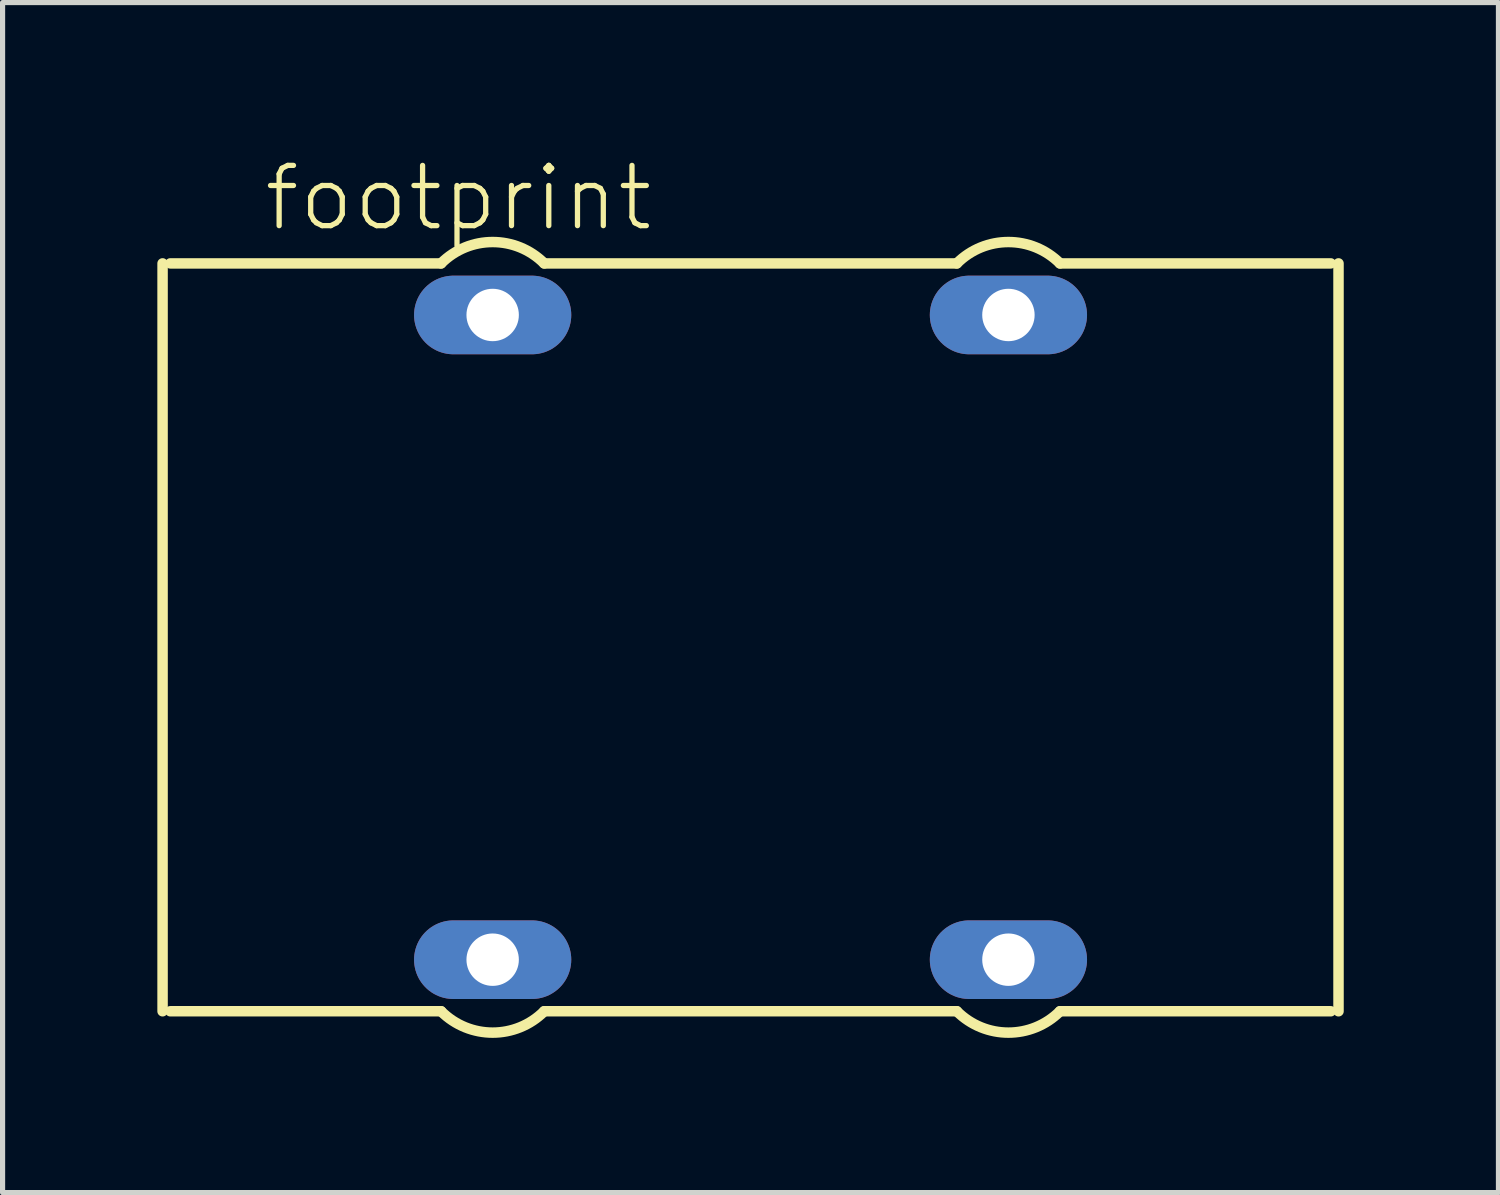
<source format=kicad_pcb>
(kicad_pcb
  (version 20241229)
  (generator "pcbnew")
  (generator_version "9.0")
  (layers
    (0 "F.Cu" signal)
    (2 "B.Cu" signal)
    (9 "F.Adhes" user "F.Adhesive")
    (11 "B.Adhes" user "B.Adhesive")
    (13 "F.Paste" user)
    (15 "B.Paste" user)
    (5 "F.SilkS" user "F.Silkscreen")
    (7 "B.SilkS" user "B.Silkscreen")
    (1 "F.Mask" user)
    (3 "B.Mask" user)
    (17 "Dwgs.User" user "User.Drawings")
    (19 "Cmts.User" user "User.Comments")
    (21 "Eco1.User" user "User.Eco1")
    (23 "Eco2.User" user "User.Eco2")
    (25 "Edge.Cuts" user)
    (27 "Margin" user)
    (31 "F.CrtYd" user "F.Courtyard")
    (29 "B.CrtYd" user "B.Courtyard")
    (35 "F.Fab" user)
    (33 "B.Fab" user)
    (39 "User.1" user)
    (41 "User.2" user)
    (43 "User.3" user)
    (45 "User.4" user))
  (footprint "footprint"
    (layer "F.Cu")
    (at 11.502 9.307)
    (property "Reference" "footprint" (at -9.485 -7.834 0) (layer "F.SilkS") (effects (font (size 1.168 1.168) (thickness 0.102)) (justify left bottom)))
    (fp_line (start -11.4 7.25) (end -11.4 -7.25) (stroke (width 0.203) (type solid)) (layer "F.SilkS"))
    (fp_line (start -11.25 -7.25) (end -6 -7.25) (stroke (width 0.203) (type solid)) (layer "F.SilkS"))
    (fp_line (start -6 7.25) (end -11.25 7.25) (stroke (width 0.203) (type solid)) (layer "F.SilkS"))
    (fp_line (start -4 -7.25) (end 4 -7.25) (stroke (width 0.203) (type solid)) (layer "F.SilkS"))
    (fp_line (start 4 7.25) (end -4 7.25) (stroke (width 0.203) (type solid)) (layer "F.SilkS"))
    (fp_line (start 6 -7.25) (end 11.25 -7.25) (stroke (width 0.203) (type solid)) (layer "F.SilkS"))
    (fp_line (start 11.25 7.25) (end 6 7.25) (stroke (width 0.203) (type solid)) (layer "F.SilkS"))
    (fp_line (start 11.4 -7.25) (end 11.4 7.25) (stroke (width 0.203) (type solid)) (layer "F.SilkS"))
    (fp_arc (start -6 -7.25) (mid -5 -7.664214) (end -4 -7.25) (stroke (width 0.2032) (type solid)) (layer "F.SilkS"))
    (fp_arc (start -4 7.25) (mid -5 7.664214) (end -6 7.25) (stroke (width 0.2032) (type solid)) (layer "F.SilkS"))
    (fp_arc (start 4 -7.25) (mid 5 -7.664214) (end 6 -7.25) (stroke (width 0.2032) (type solid)) (layer "F.SilkS"))
    (fp_arc (start 6 7.25) (mid 5 7.664214) (end 4 7.25) (stroke (width 0.2032) (type solid)) (layer "F.SilkS"))
    (pad "1" thru_hole oval (at -5 -6.25) (size 3.048 1.524) (drill 1.016) (layers "*.Cu" "*.Mask"))
    (pad "2" thru_hole oval (at -5 6.25) (size 3.048 1.524) (drill 1.016) (layers "*.Cu" "*.Mask"))
    (pad "3" thru_hole oval (at 5 6.25) (size 3.048 1.524) (drill 1.016) (layers "*.Cu" "*.Mask"))
    (pad "4" thru_hole oval (at 5 -6.25) (size 3.048 1.524) (drill 1.016) (layers "*.Cu" "*.Mask")))
  (gr_rect
    (start -3 -3)
    (end 26.003 20.073)
    (stroke (width 0.1) (type default))
    (fill no)
    (layer "Edge.Cuts")))
</source>
